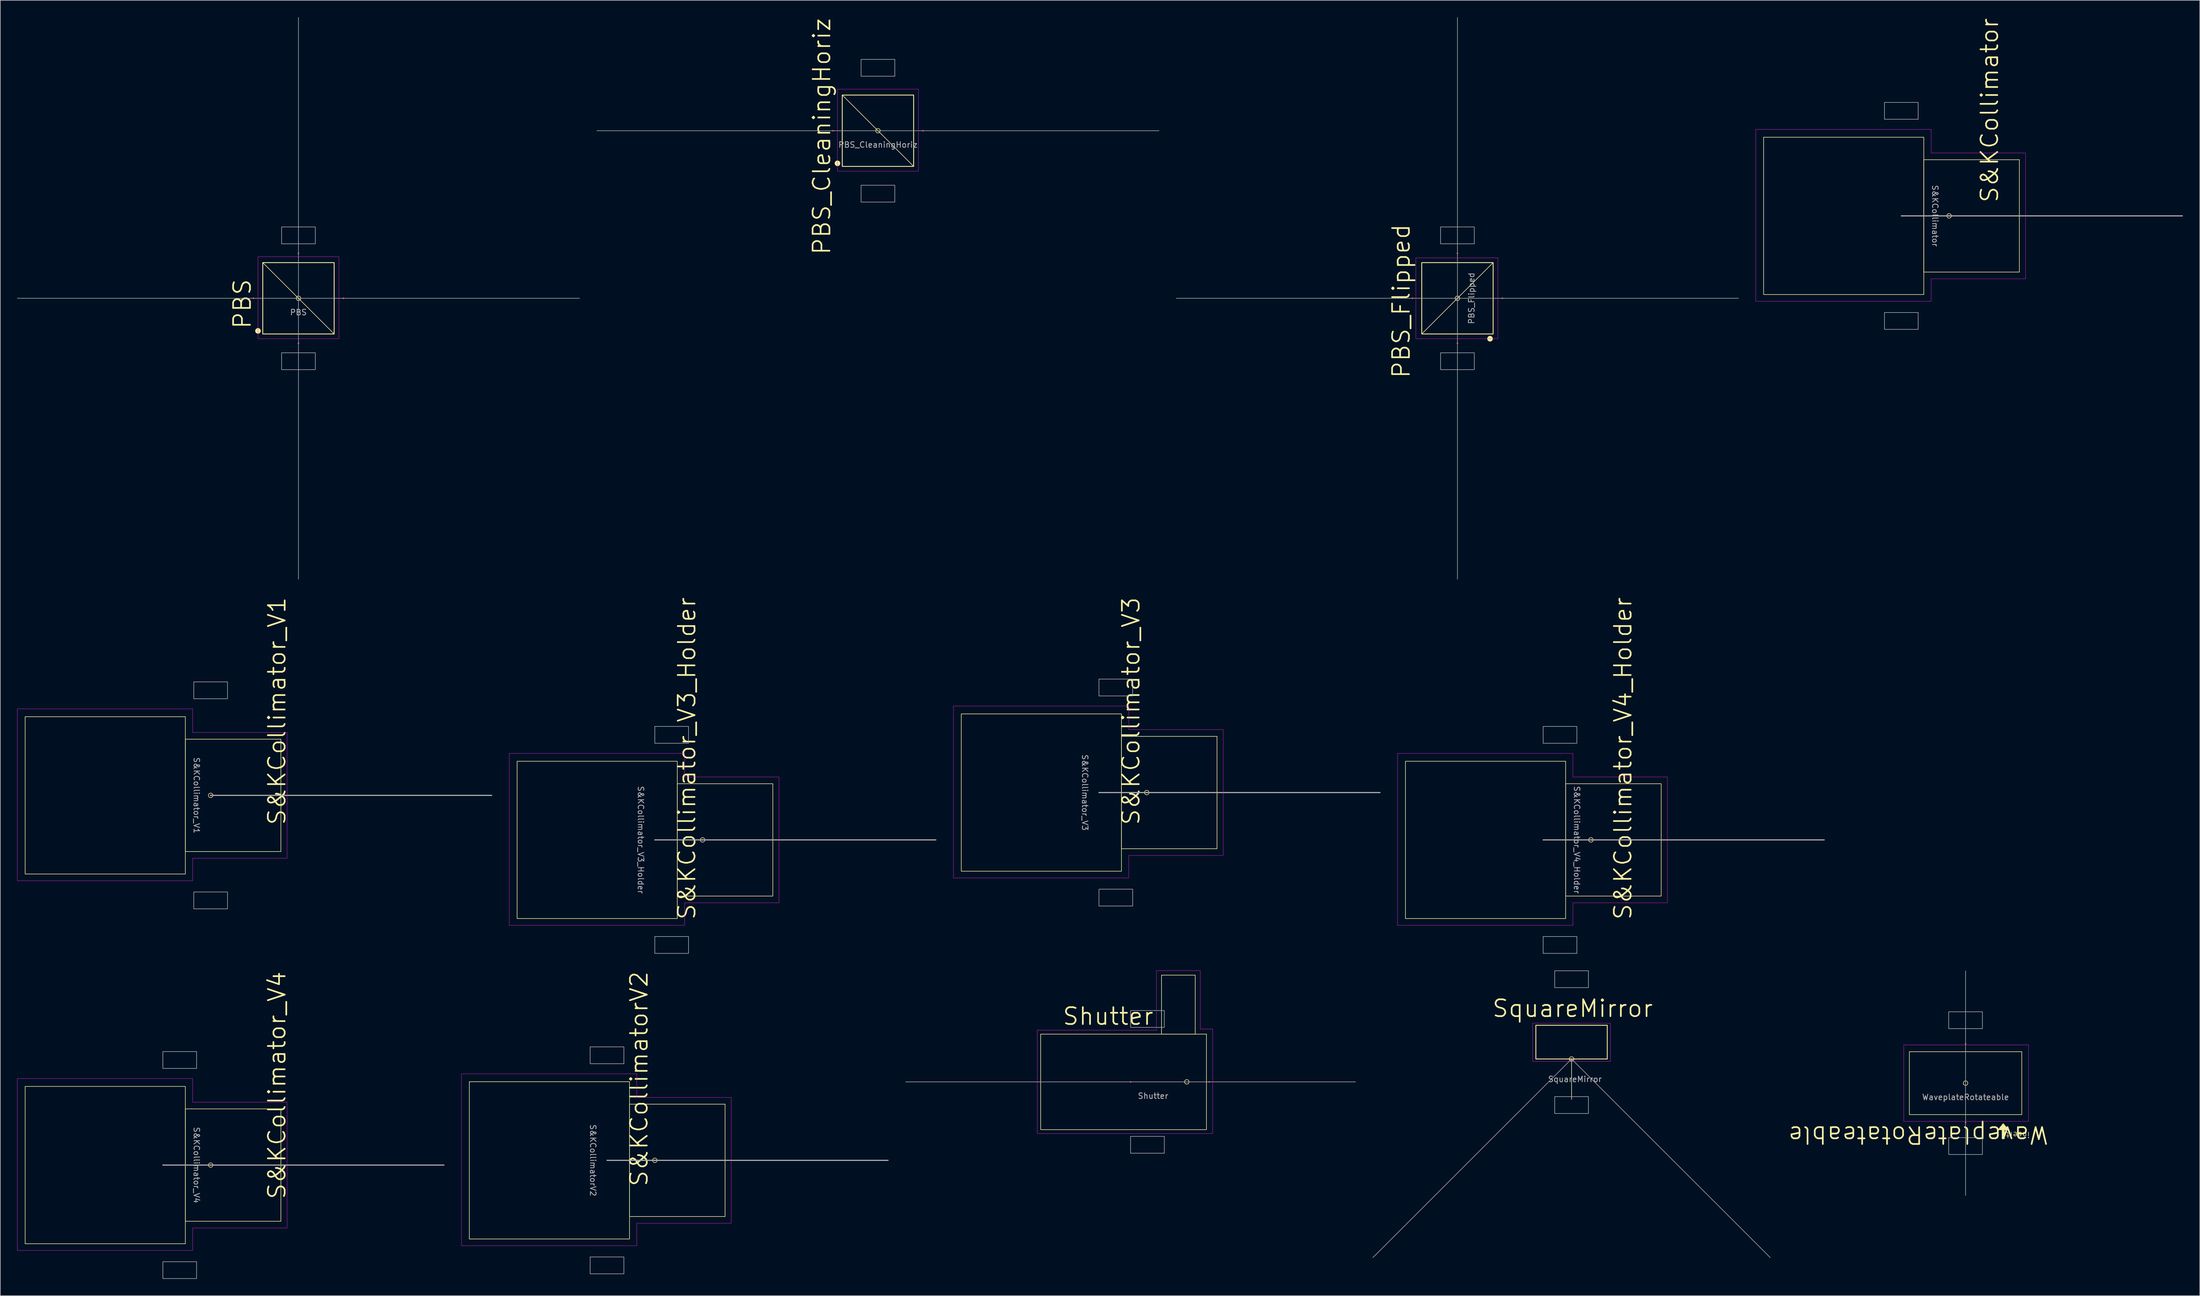
<source format=kicad_pcb>
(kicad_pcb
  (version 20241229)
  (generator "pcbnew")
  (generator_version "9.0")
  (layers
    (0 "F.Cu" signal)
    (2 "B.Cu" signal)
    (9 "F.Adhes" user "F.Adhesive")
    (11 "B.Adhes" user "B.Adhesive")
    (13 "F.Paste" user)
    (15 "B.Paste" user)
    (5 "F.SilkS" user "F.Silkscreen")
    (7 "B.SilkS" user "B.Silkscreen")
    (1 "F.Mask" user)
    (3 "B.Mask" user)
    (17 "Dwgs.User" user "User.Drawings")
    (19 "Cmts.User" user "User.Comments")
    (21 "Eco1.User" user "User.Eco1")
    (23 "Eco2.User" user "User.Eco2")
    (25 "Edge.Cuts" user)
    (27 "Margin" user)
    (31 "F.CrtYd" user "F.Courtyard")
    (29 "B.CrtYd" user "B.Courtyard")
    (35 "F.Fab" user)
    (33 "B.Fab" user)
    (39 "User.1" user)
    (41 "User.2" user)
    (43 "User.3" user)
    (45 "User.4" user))
  (footprint "PBS_Flipped"
    (layer "F.Cu")
    (at 256.25 50.05)
    (property "Reference" "PBS_Flipped" (at -10 0.5 90) (unlocked yes) (layer "F.SilkS") (effects (font (size 3 3) (thickness 0.3))))
    (attr smd)
    (fp_line (start -6.35 6.35) (end 6.35 -6.35) (stroke (width 0.1) (type default)) (layer "F.SilkS"))
    (fp_rect (start -6.35 6.35) (end 6.35 -6.35) (stroke (width 0.15) (type default)) (fill no) (layer "F.SilkS"))
    (fp_circle (center 0 0) (end 0 -0.4) (stroke (width 0.1) (type default)) (fill no) (layer "F.SilkS"))
    (fp_circle (center 5.8 7.2) (end 6 6.8) (stroke (width 0.1) (type solid)) (fill yes) (layer "F.SilkS"))
    (fp_rect (start -7.4 7.2) (end 7.2 -7.2) (stroke (width 0.05) (type default)) (fill no) (layer "F.CrtYd"))
    (fp_line (start 0 0) (end -50 0) (stroke (width 0.1) (type default)) (layer "F.Fab"))
    (fp_line (start 0 0) (end 0 -50) (stroke (width 0.1) (type default)) (layer "F.Fab"))
    (fp_line (start 0 0) (end 0 50) (stroke (width 0.1) (type default)) (layer "F.Fab"))
    (fp_line (start 0 0) (end 50 0) (stroke (width 0.1) (type default)) (layer "F.Fab"))
    (fp_rect (start 3 -9.7) (end -3 -12.7) (stroke (width 0.1) (type solid)) (fill no) (layer "F.Fab"))
    (fp_rect (start 3 12.7) (end -3 9.7) (stroke (width 0.1) (type solid)) (fill no) (layer "F.Fab"))
    (fp_text user "${REFERENCE}" (at 2.5 0 90) (unlocked yes) (layer "F.Fab") (effects (font (size 1 1) (thickness 0.15))))
    (pad "1" smd circle (at 8 0 180) (size 0.3 0.3) (layers "F.Cu" "F.Mask" "F.Paste"))
    (pad "2" smd circle (at -8 0 180) (size 0.3 0.3) (layers "F.Cu" "F.Mask" "F.Paste"))
    (pad "3" smd circle (at 0 8) (size 0.3 0.3) (layers "F.Cu" "F.Mask" "F.Paste"))
    (pad "4" smd circle (at 0 -8) (size 0.3 0.3) (layers "F.Cu" "F.Mask" "F.Paste")))
  (footprint "WaveplateRotateable"
    (layer "F.Cu")
    (at 346.654 189.764)
    (property "Reference" "WaveplateRotateable" (at -8.4 9.2 180) (unlocked yes) (layer "F.SilkS") (effects (font (size 3 3) (thickness 0.3))))
    (attr smd)
    (fp_rect (start -10 -5.6) (end 10 5.6) (stroke (width 0.1) (type default)) (fill no) (layer "F.SilkS"))
    (fp_circle (center 0 0) (end 0.4 0) (stroke (width 0.1) (type default)) (fill no) (layer "F.SilkS"))
    (fp_poly (pts (xy 6.9 9.9) (xy 6.9 8.3) (xy 7.6 8.3) (xy 6.7 7.2) (xy 5.8 8.3) (xy 6.5 8.3) (xy 6.5 9.9)) (stroke (width 0.1) (type solid)) (fill yes) (layer "F.SilkS"))
    (fp_rect (start -11 -6.8) (end 11.2 6.8) (stroke (width 0.05) (type default)) (fill no) (layer "F.CrtYd"))
    (fp_line (start 0 0) (end 0 -20) (stroke (width 0.1) (type default)) (layer "F.Fab"))
    (fp_line (start 0 0) (end 0 20) (stroke (width 0.1) (type default)) (layer "F.Fab"))
    (fp_rect (start -3 -12.7) (end 3 -9.7) (stroke (width 0.1) (type solid)) (fill no) (layer "F.Fab"))
    (fp_rect (start -3 12.7) (end 3 9.7) (stroke (width 0.1) (type solid)) (fill no) (layer "F.Fab"))
    (fp_text user "insert" (at 11.5 8.6 180) (unlocked yes) (layer "F.SilkS") (effects (font (size 1 1) (thickness 0.1)) (justify left bottom)))
    (fp_text user "${REFERENCE}" (at 0 2.5 0) (unlocked yes) (layer "F.Fab") (effects (font (size 1 1) (thickness 0.15))))
    (pad "1" smd circle (at 0 -7) (size 0.3 0.3) (layers "F.Cu" "F.Mask" "F.Paste"))
    (pad "2" smd circle (at 0 7) (size 0.3 0.3) (layers "F.Cu" "F.Mask" "F.Paste")))
  (footprint "PBS_CleaningHoriz"
    (layer "F.Cu")
    (at 153.15 20.221)
    (property "Reference" "PBS_CleaningHoriz" (at -10 1 90) (unlocked yes) (layer "F.SilkS") (effects (font (size 3 3) (thickness 0.3))))
    (attr smd)
    (fp_line (start -6.35 -6.35) (end 6.35 6.35) (stroke (width 0.1) (type default)) (layer "F.SilkS"))
    (fp_rect (start -6.35 -6.35) (end 6.35 6.35) (stroke (width 0.15) (type default)) (fill no) (layer "F.SilkS"))
    (fp_circle (center -7.2 5.8) (end -6.8 6) (stroke (width 0.1) (type solid)) (fill yes) (layer "F.SilkS"))
    (fp_circle (center 0 0) (end 0.4 0) (stroke (width 0.1) (type default)) (fill no) (layer "F.SilkS"))
    (fp_rect (start -7.2 -7.4) (end 7.2 7.2) (stroke (width 0.05) (type default)) (fill no) (layer "F.CrtYd"))
    (fp_line (start 0 0) (end -50 0) (stroke (width 0.1) (type default)) (layer "F.Fab"))
    (fp_line (start 0 0) (end 50 0) (stroke (width 0.1) (type default)) (layer "F.Fab"))
    (fp_rect (start -3 -12.7) (end 3 -9.7) (stroke (width 0.1) (type solid)) (fill no) (layer "F.Fab"))
    (fp_rect (start -3 9.7) (end 3 12.7) (stroke (width 0.1) (type solid)) (fill no) (layer "F.Fab"))
    (fp_text user "${REFERENCE}" (at 0 2.5 0) (unlocked yes) (layer "F.Fab") (effects (font (size 1 1) (thickness 0.15))))
    (pad "1" smd circle (at -8 0) (size 0.3 0.3) (layers "F.Cu" "F.Mask" "F.Paste"))
    (pad "2" smd circle (at 8 0) (size 0.3 0.3) (layers "F.Cu" "F.Mask" "F.Paste")))
  (footprint "S&KCollimator"
    (layer "F.Cu")
    (at 335.225 35.379)
    (property "Reference" "S&KCollimator" (at 15.7 -18.8 90) (unlocked yes) (layer "F.SilkS") (effects (font (size 3 3) (thickness 0.3))))
    (attr smd)
    (fp_rect (start -24.5 14) (end 4 -14) (stroke (width 0.1) (type default)) (fill no) (layer "F.SilkS"))
    (fp_rect (start 4 10) (end 21 -10) (stroke (width 0.1) (type default)) (fill no) (layer "F.SilkS"))
    (fp_circle (center 8.5 0) (end 8.9 0) (stroke (width 0.1) (type default)) (fill no) (layer "F.SilkS"))
    (fp_poly (pts (xy 5.3 11.2) (xy 22.1 11.2) (xy 22.1 -11.2) (xy 5.3 -11.2) (xy 5.3 -15.4) (xy -25.9 -15.4) (xy -25.9 15.2) (xy 5.3 15.2)) (stroke (width 0.05) (type solid)) (fill no) (layer "F.CrtYd"))
    (fp_line (start 0 0) (end 50 0) (stroke (width 0.2) (type default)) (layer "F.Fab"))
    (fp_rect (start -3 -20.2) (end 3 -17.2) (stroke (width 0.1) (type solid)) (fill no) (layer "F.Fab"))
    (fp_rect (start -3 17.2) (end 3 20.2) (stroke (width 0.1) (type solid)) (fill no) (layer "F.Fab"))
    (fp_text user "${REFERENCE}" (at 6 0 270) (unlocked yes) (layer "F.Fab") (effects (font (size 1 1) (thickness 0.15))))
    (pad "1" smd circle (at 8.5 0 270) (size 0.3 0.3) (layers "F.Cu" "F.Mask" "F.Paste")))
  (footprint "PBS"
    (layer "F.Cu")
    (at 50.05 50.05)
    (property "Reference" "PBS" (at -10 1 90) (unlocked yes) (layer "F.SilkS") (effects (font (size 3 3) (thickness 0.3))))
    (attr smd)
    (fp_line (start -6.35 -6.35) (end 6.35 6.35) (stroke (width 0.1) (type default)) (layer "F.SilkS"))
    (fp_rect (start -6.35 -6.35) (end 6.35 6.35) (stroke (width 0.15) (type default)) (fill no) (layer "F.SilkS"))
    (fp_circle (center -7.2 5.8) (end -6.8 6) (stroke (width 0.1) (type solid)) (fill yes) (layer "F.SilkS"))
    (fp_circle (center 0 0) (end 0.4 0) (stroke (width 0.1) (type default)) (fill no) (layer "F.SilkS"))
    (fp_rect (start -7.2 -7.4) (end 7.2 7.2) (stroke (width 0.05) (type default)) (fill no) (layer "F.CrtYd"))
    (fp_line (start 0 0) (end -50 0) (stroke (width 0.1) (type default)) (layer "F.Fab"))
    (fp_line (start 0 0) (end 0 -50) (stroke (width 0.1) (type default)) (layer "F.Fab"))
    (fp_line (start 0 0) (end 0 50) (stroke (width 0.1) (type default)) (layer "F.Fab"))
    (fp_line (start 0 0) (end 50 0) (stroke (width 0.1) (type default)) (layer "F.Fab"))
    (fp_rect (start -3 -12.7) (end 3 -9.7) (stroke (width 0.1) (type solid)) (fill no) (layer "F.Fab"))
    (fp_rect (start -3 9.7) (end 3 12.7) (stroke (width 0.1) (type solid)) (fill no) (layer "F.Fab"))
    (fp_text user "${REFERENCE}" (at 0 2.5 0) (unlocked yes) (layer "F.Fab") (effects (font (size 1 1) (thickness 0.15))))
    (pad "1" smd circle (at -8 0) (size 0.3 0.3) (layers "F.Cu" "F.Mask" "F.Paste"))
    (pad "2" smd circle (at 8 0) (size 0.3 0.3) (layers "F.Cu" "F.Mask" "F.Paste"))
    (pad "3" smd circle (at 0 8) (size 0.3 0.3) (layers "F.Cu" "F.Mask" "F.Paste"))
    (pad "4" smd circle (at 0 -8) (size 0.3 0.3) (layers "F.Cu" "F.Mask" "F.Paste")))
  (footprint "S&KCollimatorV2"
    (layer "F.Cu")
    (at 104.95 203.507)
    (property "Reference" "S&KCollimatorV2" (at 5.7 -14.5 90) (unlocked yes) (layer "F.SilkS") (effects (font (size 3 3) (thickness 0.3))))
    (attr smd)
    (fp_rect (start -24.5 14) (end 4 -14) (stroke (width 0.1) (type default)) (fill no) (layer "F.SilkS"))
    (fp_rect (start 4 10) (end 21 -10) (stroke (width 0.1) (type default)) (fill no) (layer "F.SilkS"))
    (fp_circle (center 8.5 0) (end 8.9 0) (stroke (width 0.1) (type default)) (fill no) (layer "F.SilkS"))
    (fp_poly (pts (xy 5.3 11.2) (xy 22.1 11.2) (xy 22.1 -11.2) (xy 5.3 -11.2) (xy 5.3 -15.4) (xy -25.9 -15.4) (xy -25.9 15.2) (xy 5.3 15.2)) (stroke (width 0.05) (type solid)) (fill no) (layer "F.CrtYd"))
    (fp_line (start 0 0) (end 50 0) (stroke (width 0.2) (type default)) (layer "F.Fab"))
    (fp_rect (start -3 -20.2) (end 3 -17.2) (stroke (width 0.1) (type solid)) (fill no) (layer "F.Fab"))
    (fp_rect (start -3 17.2) (end 3 20.2) (stroke (width 0.1) (type solid)) (fill no) (layer "F.Fab"))
    (fp_text user "${REFERENCE}" (at -2.5 0 270) (unlocked yes) (layer "F.Fab") (effects (font (size 1 1) (thickness 0.15))))
    (pad "1" smd circle (at 8.5 0 270) (size 0.3 0.3) (layers "F.Cu" "F.Mask" "F.Paste")))
  (footprint "S&KCollimator_V4"
    (layer "F.Cu")
    (at 34.425 204.35)
    (property "Reference" "S&KCollimator_V4" (at 11.8 -14.2 90) (unlocked yes) (layer "F.SilkS") (effects (font (size 3 3) (thickness 0.3))))
    (attr smd)
    (fp_rect (start -33 14) (end -4.5 -14) (stroke (width 0.1) (type default)) (fill no) (layer "F.SilkS"))
    (fp_rect (start -4.5 10) (end 12.5 -10) (stroke (width 0.1) (type default)) (fill no) (layer "F.SilkS"))
    (fp_circle (center 0 0) (end 0.4 0) (stroke (width 0.1) (type default)) (fill no) (layer "F.SilkS"))
    (fp_poly (pts (xy -3.2 11.2) (xy 13.6 11.2) (xy 13.6 -11.2) (xy -3.2 -11.2) (xy -3.2 -15.4) (xy -34.4 -15.4) (xy -34.4 15.2) (xy -3.2 15.2)) (stroke (width 0.05) (type solid)) (fill no) (layer "F.CrtYd"))
    (fp_line (start -8.5 0) (end 41.5 0) (stroke (width 0.2) (type default)) (layer "F.Fab"))
    (fp_rect (start -8.5 -20.2) (end -2.5 -17.2) (stroke (width 0.1) (type solid)) (fill no) (layer "F.Fab"))
    (fp_rect (start -8.5 17.2) (end -2.5 20.2) (stroke (width 0.1) (type solid)) (fill no) (layer "F.Fab"))
    (fp_text user "${REFERENCE}" (at -2.5 0 270) (unlocked yes) (layer "F.Fab") (effects (font (size 1 1) (thickness 0.15))))
    (pad "1" smd circle (at 0 0 270) (size 0.3 0.3) (layers "F.Cu" "F.Mask" "F.Paste")))
  (footprint "SquareMirror"
    (layer "F.Cu")
    (at 276.555 185.464)
    (property "Reference" "SquareMirror" (at 0.2 -9 0) (unlocked yes) (layer "F.SilkS") (effects (font (size 3 3) (thickness 0.3))))
    (attr smd)
    (fp_line (start -6.35 -6) (end 6.35 -6) (stroke (width 0.15) (type default)) (layer "F.SilkS"))
    (fp_line (start -6.35 0) (end -6.35 -6) (stroke (width 0.15) (type default)) (layer "F.SilkS"))
    (fp_line (start 0 0) (end -6.35 0) (stroke (width 0.15) (type default)) (layer "F.SilkS"))
    (fp_line (start 0 0) (end 0 7.2) (stroke (width 0.1) (type default)) (layer "F.SilkS"))
    (fp_line (start 0 0) (end 6.35 0) (stroke (width 0.15) (type default)) (layer "F.SilkS"))
    (fp_line (start 6.35 0) (end 6.35 -6) (stroke (width 0.15) (type default)) (layer "F.SilkS"))
    (fp_circle (center 0 0) (end 0.4 0) (stroke (width 0.1) (type default)) (fill no) (layer "F.SilkS"))
    (fp_poly (pts (xy -6.93 0.424) (xy -6.93 -6.364) (xy 6.93 -6.364) (xy 6.93 0.424)) (stroke (width 0.05) (type solid)) (fill no) (layer "F.CrtYd"))
    (fp_line (start 0 0) (end -35.355 35.355) (stroke (width 0.1) (type default)) (layer "F.Fab"))
    (fp_line (start 0 0) (end 35.355 35.355) (stroke (width 0.1) (type default)) (layer "F.Fab"))
    (fp_rect (start -3 -15.7) (end 3 -12.7) (stroke (width 0.1) (type solid)) (fill no) (layer "F.Fab"))
    (fp_rect (start -3 6.7) (end 3 9.7) (stroke (width 0.1) (type solid)) (fill no) (layer "F.Fab"))
    (fp_text user "${REFERENCE}" (at 0.6 3.6 0) (unlocked yes) (layer "F.Fab") (effects (font (size 1 1) (thickness 0.15))))
    (pad "1" smd circle (at -3.536 3.536 45) (size 0.3 0.3) (layers "F.Cu" "F.Mask" "F.Paste"))
    (pad "2" smd circle (at 3.536 3.536 45) (size 0.3 0.3) (layers "F.Cu" "F.Mask" "F.Paste")))
  (footprint "S&KCollimator_V3_Holder"
    (layer "F.Cu")
    (at 113.45 146.464)
    (property "Reference" "S&KCollimator_V3_Holder" (at 5.7 -14.5 90) (unlocked yes) (layer "F.SilkS") (effects (font (size 3 3) (thickness 0.3))))
    (attr smd)
    (fp_rect (start -24.5 14) (end 4 -14) (stroke (width 0.1) (type default)) (fill no) (layer "F.SilkS"))
    (fp_rect (start 4 10) (end 21 -10) (stroke (width 0.1) (type default)) (fill no) (layer "F.SilkS"))
    (fp_circle (center 8.5 0) (end 8.9 0) (stroke (width 0.1) (type default)) (fill no) (layer "F.SilkS"))
    (fp_poly (pts (xy 5.3 11.2) (xy 22.1 11.2) (xy 22.1 -11.2) (xy 5.3 -11.2) (xy 5.3 -15.4) (xy -25.9 -15.4) (xy -25.9 15.2) (xy 5.3 15.2)) (stroke (width 0.05) (type solid)) (fill no) (layer "F.CrtYd"))
    (fp_line (start 0 0) (end 50 0) (stroke (width 0.2) (type default)) (layer "F.Fab"))
    (fp_rect (start 0 -20.2) (end 6 -17.2) (stroke (width 0.1) (type solid)) (fill no) (layer "F.Fab"))
    (fp_rect (start 0 17.2) (end 6 20.2) (stroke (width 0.1) (type solid)) (fill no) (layer "F.Fab"))
    (fp_text user "${REFERENCE}" (at -2.5 0 270) (unlocked yes) (layer "F.Fab") (effects (font (size 1 1) (thickness 0.15))))
    (pad "1" smd circle (at 8.5 0 270) (size 0.3 0.3) (layers "F.Cu" "F.Mask" "F.Paste")))
  (footprint "S&KCollimator_V3"
    (layer "F.Cu")
    (at 192.475 138.036)
    (property "Reference" "S&KCollimator_V3" (at 5.7 -14.5 90) (unlocked yes) (layer "F.SilkS") (effects (font (size 3 3) (thickness 0.3))))
    (attr smd)
    (fp_rect (start -24.5 14) (end 4 -14) (stroke (width 0.1) (type default)) (fill no) (layer "F.SilkS"))
    (fp_rect (start 4 10) (end 21 -10) (stroke (width 0.1) (type default)) (fill no) (layer "F.SilkS"))
    (fp_circle (center 8.5 0) (end 8.9 0) (stroke (width 0.1) (type default)) (fill no) (layer "F.SilkS"))
    (fp_poly (pts (xy 5.3 11.2) (xy 22.1 11.2) (xy 22.1 -11.2) (xy 5.3 -11.2) (xy 5.3 -15.4) (xy -25.9 -15.4) (xy -25.9 15.2) (xy 5.3 15.2)) (stroke (width 0.05) (type solid)) (fill no) (layer "F.CrtYd"))
    (fp_line (start 0 0) (end 50 0) (stroke (width 0.2) (type default)) (layer "F.Fab"))
    (fp_rect (start 0 -20.2) (end 6 -17.2) (stroke (width 0.1) (type solid)) (fill no) (layer "F.Fab"))
    (fp_rect (start 0 17.2) (end 6 20.2) (stroke (width 0.1) (type solid)) (fill no) (layer "F.Fab"))
    (fp_text user "${REFERENCE}" (at -2.5 0 270) (unlocked yes) (layer "F.Fab") (effects (font (size 1 1) (thickness 0.15))))
    (pad "1" smd circle (at 8.5 0 270) (size 0.3 0.3) (layers "F.Cu" "F.Mask" "F.Paste")))
  (footprint "S&KCollimator_V4_Holder"
    (layer "F.Cu")
    (at 280 146.464)
    (property "Reference" "S&KCollimator_V4_Holder" (at 5.7 -14.5 90) (unlocked yes) (layer "F.SilkS") (effects (font (size 3 3) (thickness 0.3))))
    (attr smd)
    (fp_rect (start -33 14) (end -4.5 -14) (stroke (width 0.1) (type default)) (fill no) (layer "F.SilkS"))
    (fp_rect (start -4.5 10) (end 12.5 -10) (stroke (width 0.1) (type default)) (fill no) (layer "F.SilkS"))
    (fp_circle (center 0 0) (end 0.4 0) (stroke (width 0.1) (type default)) (fill no) (layer "F.SilkS"))
    (fp_poly (pts (xy -3.2 11.2) (xy 13.6 11.2) (xy 13.6 -11.2) (xy -3.2 -11.2) (xy -3.2 -15.4) (xy -34.4 -15.4) (xy -34.4 15.2) (xy -3.2 15.2)) (stroke (width 0.05) (type solid)) (fill no) (layer "F.CrtYd"))
    (fp_line (start -8.5 0) (end 41.5 0) (stroke (width 0.2) (type default)) (layer "F.Fab"))
    (fp_rect (start -8.5 -20.2) (end -2.5 -17.2) (stroke (width 0.1) (type solid)) (fill no) (layer "F.Fab"))
    (fp_rect (start -8.5 17.2) (end -2.5 20.2) (stroke (width 0.1) (type solid)) (fill no) (layer "F.Fab"))
    (fp_text user "${REFERENCE}" (at -2.5 0 270) (unlocked yes) (layer "F.Fab") (effects (font (size 1 1) (thickness 0.15))))
    (pad "1" smd circle (at 0 0 270) (size 0.3 0.3) (layers "F.Cu" "F.Mask" "F.Paste")))
  (footprint "S&KCollimator_V1"
    (layer "F.Cu")
    (at 34.425 138.536)
    (property "Reference" "S&KCollimator_V1" (at 11.8 -15 90) (unlocked yes) (layer "F.SilkS") (effects (font (size 3 3) (thickness 0.3))))
    (attr smd)
    (fp_rect (start -33 14) (end -4.5 -14) (stroke (width 0.1) (type default)) (fill no) (layer "F.SilkS"))
    (fp_rect (start -4.5 10) (end 12.5 -10) (stroke (width 0.1) (type default)) (fill no) (layer "F.SilkS"))
    (fp_circle (center 0 0) (end 0.4 0) (stroke (width 0.1) (type default)) (fill no) (layer "F.SilkS"))
    (fp_poly (pts (xy -3.2 11.2) (xy 13.6 11.2) (xy 13.6 -11.2) (xy -3.2 -11.2) (xy -3.2 -15.4) (xy -34.4 -15.4) (xy -34.4 15.2) (xy -3.2 15.2)) (stroke (width 0.05) (type solid)) (fill no) (layer "F.CrtYd"))
    (fp_line (start 0 0) (end 50 0) (stroke (width 0.2) (type default)) (layer "F.Fab"))
    (fp_rect (start -3 -20.2) (end 3 -17.2) (stroke (width 0.1) (type solid)) (fill no) (layer "F.Fab"))
    (fp_rect (start -3 17.2) (end 3 20.2) (stroke (width 0.1) (type solid)) (fill no) (layer "F.Fab"))
    (fp_text user "${REFERENCE}" (at -2.5 0 270) (unlocked yes) (layer "F.Fab") (effects (font (size 1 1) (thickness 0.15))))
    (pad "1" smd circle (at 0 0 270) (size 0.3 0.3) (layers "F.Cu" "F.Mask" "F.Paste")))
  (footprint "Shutter"
    (layer "F.Cu")
    (at 202.1 189.539)
    (property "Reference" "Shutter" (at -8 -11.675 0) (unlocked yes) (layer "F.SilkS") (effects (font (size 3 3) (thickness 0.3))))
    (attr smd)
    (fp_rect (start -20 -8.5) (end 9.5 8.5) (stroke (width 0.1) (type default)) (fill no) (layer "F.SilkS"))
    (fp_rect (start 1.5 -19) (end 7.5 -8.5) (stroke (width 0.1) (type default)) (fill no) (layer "F.SilkS"))
    (fp_circle (center 6 0) (end 6.4 0) (stroke (width 0.1) (type default)) (fill no) (layer "F.SilkS"))
    (fp_poly (pts (xy -20.6 -9.2) (xy -20.6 9.2) (xy 10.6 9.2) (xy 10.6 -9.4) (xy 8.4 -9.4) (xy 8.4 -19.8) (xy 0.6 -19.8) (xy 0.6 -9.2)) (stroke (width 0.05) (type solid)) (fill no) (layer "F.CrtYd"))
    (fp_line (start 6 0) (end -44 0) (stroke (width 0.1) (type default)) (layer "F.Fab"))
    (fp_line (start 6 0) (end 36 0) (stroke (width 0.1) (type default)) (layer "F.Fab"))
    (fp_rect (start -4 -12.7) (end 2 -9.7) (stroke (width 0.1) (type solid)) (fill no) (layer "F.Fab"))
    (fp_rect (start -4 9.7) (end 2 12.7) (stroke (width 0.1) (type solid)) (fill no) (layer "F.Fab"))
    (fp_text user "${REFERENCE}" (at 0 2.5 0) (unlocked yes) (layer "F.Fab") (effects (font (size 1 1) (thickness 0.15))))
    (pad "1" smd circle (at -4 0) (size 0.3 0.3) (layers "F.Cu" "F.Mask" "F.Paste"))
    (pad "2" smd circle (at 10 0) (size 0.3 0.3) (layers "F.Cu" "F.Mask" "F.Paste")))
  (gr_rect
    (start -3 -3)
    (end 388.325 227.6)
    (stroke (width 0.1) (type default))
    (fill no)
    (layer "Edge.Cuts")))
</source>
